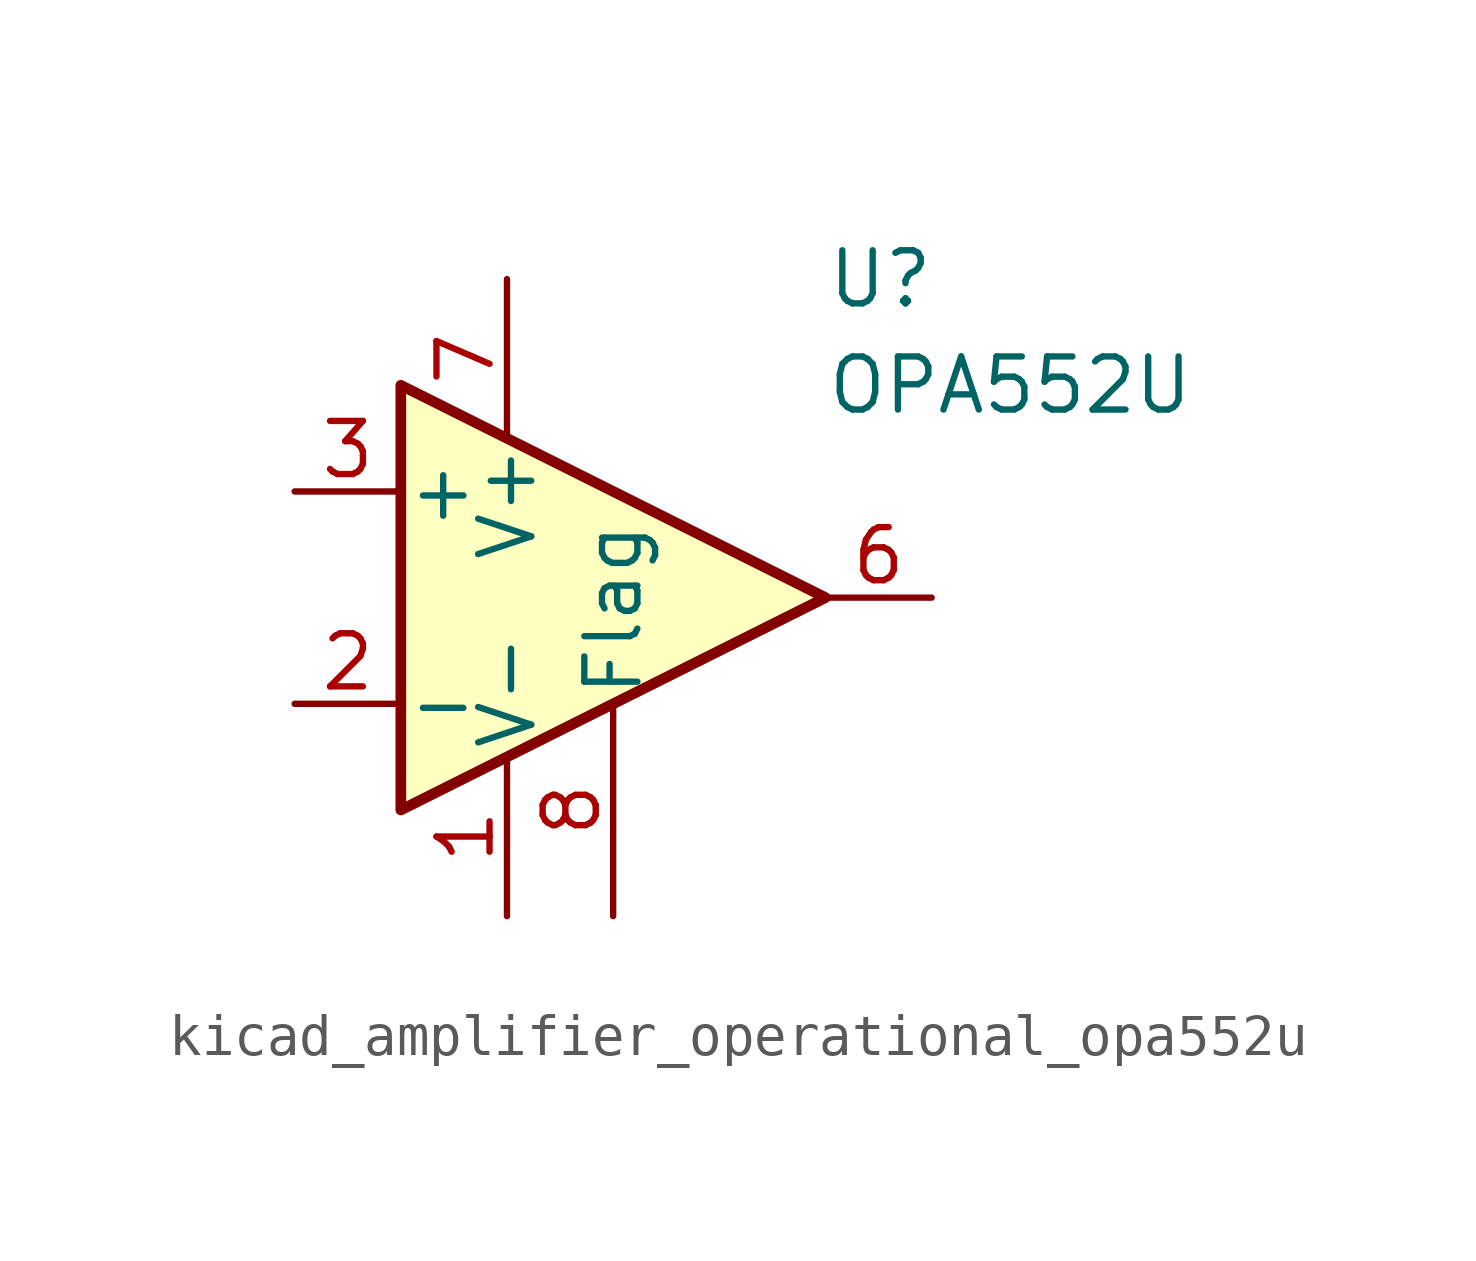
<source format=kicad_sym>
(kicad_symbol_lib
  (version 20220914)
  (generator kicad_symbol_editor)
  (symbol "kicad_amplifier_operational_opa552u"
    (pin_names
      (offset 0.127))
    (property "Reference" "U"
      (at 5.08 7.62 0)
      (effects (font (size 1.27 1.27)) (justify left)))
    (property "Value" "OPA552U"
      (at 5.08 5.08 0)
      (effects (font (size 1.27 1.27)) (justify left)))
    (symbol "kicad_amplifier_operational_opa552u_1_1"
      (polyline (pts (xy -5.08 5.08) (xy 5.08 0) (xy -5.08 -5.08) (xy -5.08 5.08)) (stroke (width 0.254) (type default)) (fill (type background)))
      (pin power_in line (at -2.54 -7.62 90) (length 3.81) (name "V-" (effects (font (size 1.27 1.27)))) (number "1" (effects (font (size 1.27 1.27)))))
      (pin input line (at -7.62 -2.54 0) (length 2.54) (name "-" (effects (font (size 1.27 1.27)))) (number "2" (effects (font (size 1.27 1.27)))))
      (pin input line (at -7.62 2.54 0) (length 2.54) (name "+" (effects (font (size 1.27 1.27)))) (number "3" (effects (font (size 1.27 1.27)))))
      (pin passive line (at -2.54 -7.62 90) (length 3.81) hide (name "V-" (effects (font (size 1.27 1.27)))) (number "4" (effects (font (size 1.27 1.27)))))
      (pin passive line (at -2.54 -7.62 90) (length 3.81) hide (name "V-" (effects (font (size 1.27 1.27)))) (number "5" (effects (font (size 1.27 1.27)))))
      (pin output line (at 7.62 0 180) (length 2.54) (name "~" (effects (font (size 1.27 1.27)))) (number "6" (effects (font (size 1.27 1.27)))))
      (pin power_in line (at -2.54 7.62 270) (length 3.81) (name "V+" (effects (font (size 1.27 1.27)))) (number "7" (effects (font (size 1.27 1.27)))))
      (pin output line (at 0 -7.62 90) (length 5.08) (name "Flag" (effects (font (size 1.27 1.27)))) (number "8" (effects (font (size 1.27 1.27))))))))
</source>
